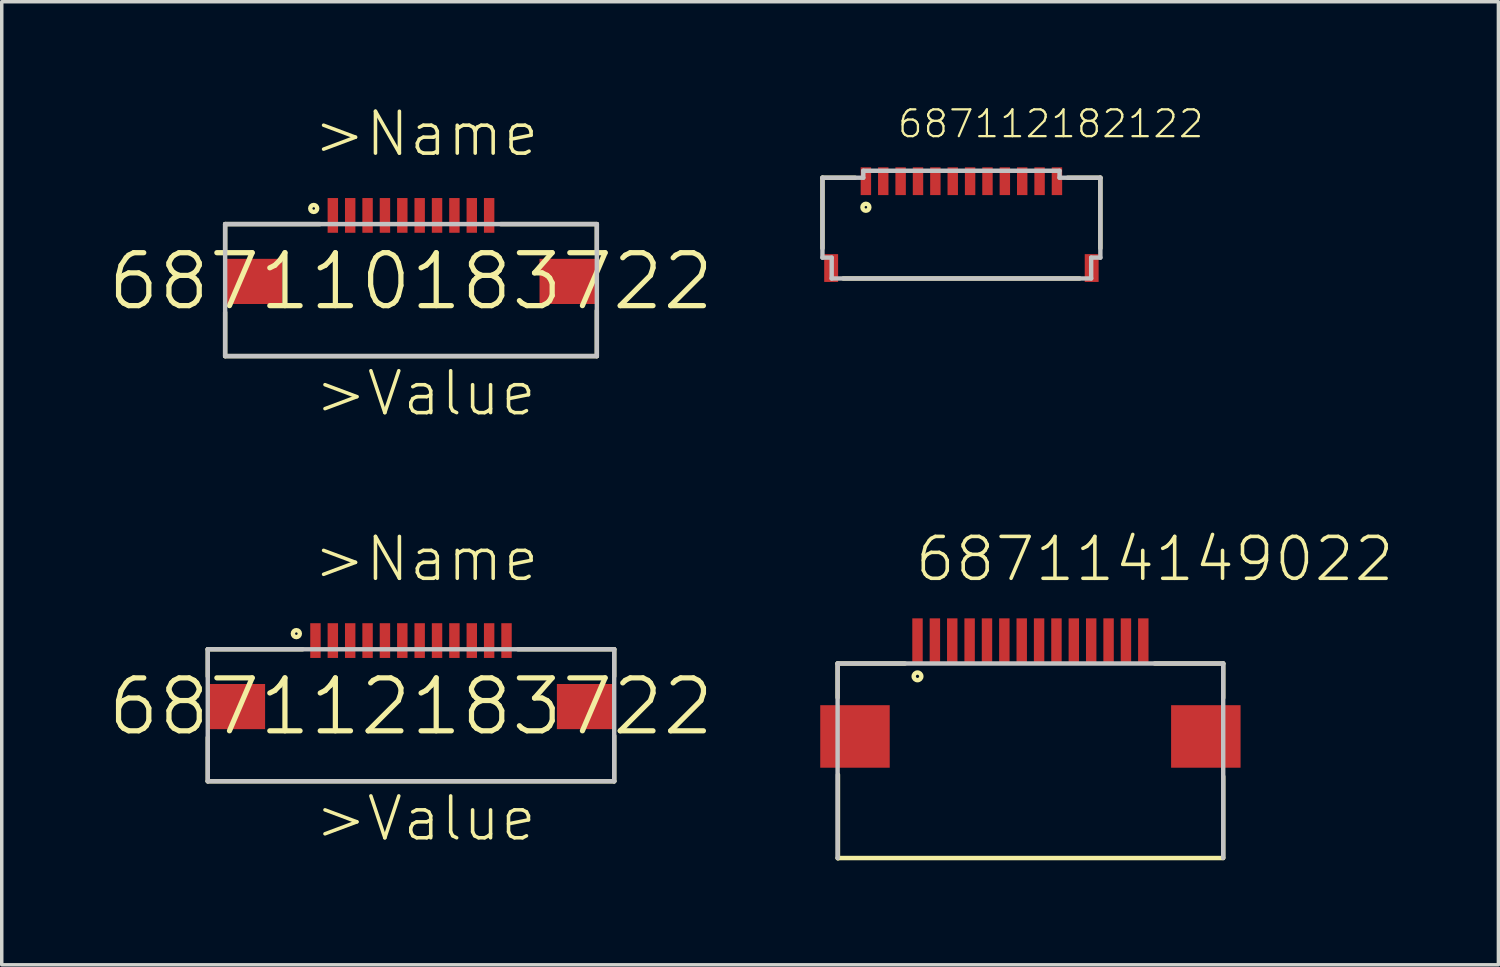
<source format=kicad_pcb>
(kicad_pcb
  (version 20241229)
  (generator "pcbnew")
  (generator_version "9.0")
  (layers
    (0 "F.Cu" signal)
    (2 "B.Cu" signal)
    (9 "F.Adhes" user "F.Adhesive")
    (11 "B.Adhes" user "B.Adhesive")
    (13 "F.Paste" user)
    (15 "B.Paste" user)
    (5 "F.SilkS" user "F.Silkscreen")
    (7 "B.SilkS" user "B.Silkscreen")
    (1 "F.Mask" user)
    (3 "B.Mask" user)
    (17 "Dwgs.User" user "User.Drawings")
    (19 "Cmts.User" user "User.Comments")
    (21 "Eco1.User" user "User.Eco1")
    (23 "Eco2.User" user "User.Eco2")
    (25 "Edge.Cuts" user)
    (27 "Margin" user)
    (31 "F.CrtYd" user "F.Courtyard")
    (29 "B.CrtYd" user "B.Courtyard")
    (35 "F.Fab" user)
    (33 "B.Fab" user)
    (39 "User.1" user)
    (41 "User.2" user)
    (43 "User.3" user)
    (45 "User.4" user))
  (footprint "687112182122"
    (layer "F.Cu")
    (at 24.626 3.416)
    (property "Reference" "687112182122" (at -1.883 -2.449 0) (layer "F.SilkS") (effects (font (size 0.772 0.772) (thickness 0.065)) (justify left bottom)))
    (attr through_hole)
    (fp_line (start -4 -1.35) (end -4 0.68) (stroke (width 0.127) (type solid)) (layer "F.SilkS"))
    (fp_line (start -3.4 1.55) (end 3.4 1.55) (stroke (width 0.127) (type solid)) (layer "F.SilkS"))
    (fp_line (start -3.06 -1.35) (end -4 -1.35) (stroke (width 0.127) (type solid)) (layer "F.SilkS"))
    (fp_line (start 4 -1.35) (end 3.06 -1.35) (stroke (width 0.127) (type solid)) (layer "F.SilkS"))
    (fp_line (start 4 -1.35) (end 4 0.68) (stroke (width 0.127) (type solid)) (layer "F.SilkS"))
    (fp_circle (center -2.75 -0.5) (end -2.65 -0.5) (stroke (width 0.127) (type solid)) (fill no) (layer "F.SilkS"))
    (fp_line (start -4 -1.35) (end -4 0.95) (stroke (width 0.127) (type solid)) (layer "Dwgs.User"))
    (fp_line (start -4 -1.35) (end -2.825 -1.35) (stroke (width 0.127) (type solid)) (layer "Dwgs.User"))
    (fp_line (start -4 0.95) (end -3.735 0.95) (stroke (width 0.127) (type solid)) (layer "Dwgs.User"))
    (fp_line (start -3.735 1.55) (end -3.735 0.95) (stroke (width 0.127) (type solid)) (layer "Dwgs.User"))
    (fp_line (start -3.735 1.55) (end 3.735 1.55) (stroke (width 0.127) (type solid)) (layer "Dwgs.User"))
    (fp_line (start -2.825 -1.55) (end -2.825 -1.35) (stroke (width 0.127) (type solid)) (layer "Dwgs.User"))
    (fp_line (start -2.825 -1.55) (end 2.825 -1.55) (stroke (width 0.127) (type solid)) (layer "Dwgs.User"))
    (fp_line (start 2.825 -1.55) (end 2.825 -1.35) (stroke (width 0.127) (type solid)) (layer "Dwgs.User"))
    (fp_line (start 2.825 -1.35) (end 4 -1.35) (stroke (width 0.127) (type solid)) (layer "Dwgs.User"))
    (fp_line (start 3.735 0.95) (end 4 0.95) (stroke (width 0.127) (type solid)) (layer "Dwgs.User"))
    (fp_line (start 3.735 1.55) (end 3.735 0.95) (stroke (width 0.127) (type solid)) (layer "Dwgs.User"))
    (fp_line (start 4 -1.35) (end 4 0.95) (stroke (width 0.127) (type solid)) (layer "Dwgs.User"))
    (pad "1" smd rect (at -2.75 -1.25 90) (size 0.8 0.3) (layers "F.Cu" "F.Mask" "F.Paste"))
    (pad "2" smd rect (at -2.25 -1.25 90) (size 0.8 0.3) (layers "F.Cu" "F.Mask" "F.Paste"))
    (pad "3" smd rect (at -1.75 -1.25 90) (size 0.8 0.3) (layers "F.Cu" "F.Mask" "F.Paste"))
    (pad "4" smd rect (at -1.25 -1.25 90) (size 0.8 0.3) (layers "F.Cu" "F.Mask" "F.Paste"))
    (pad "5" smd rect (at -0.75 -1.25 90) (size 0.8 0.3) (layers "F.Cu" "F.Mask" "F.Paste"))
    (pad "6" smd rect (at -0.25 -1.25 90) (size 0.8 0.3) (layers "F.Cu" "F.Mask" "F.Paste"))
    (pad "7" smd rect (at 0.25 -1.25 90) (size 0.8 0.3) (layers "F.Cu" "F.Mask" "F.Paste"))
    (pad "8" smd rect (at 0.75 -1.25 90) (size 0.8 0.3) (layers "F.Cu" "F.Mask" "F.Paste"))
    (pad "9" smd rect (at 1.25 -1.25 90) (size 0.8 0.3) (layers "F.Cu" "F.Mask" "F.Paste"))
    (pad "10" smd rect (at 1.75 -1.25 90) (size 0.8 0.3) (layers "F.Cu" "F.Mask" "F.Paste"))
    (pad "11" smd rect (at 2.25 -1.25 90) (size 0.8 0.3) (layers "F.Cu" "F.Mask" "F.Paste"))
    (pad "12" smd rect (at 2.75 -1.25 90) (size 0.8 0.3) (layers "F.Cu" "F.Mask" "F.Paste"))
    (pad "Z1" smd rect (at -3.75 1.25 90) (size 0.8 0.4) (layers "F.Cu" "F.Mask" "F.Paste"))
    (pad "Z2" smd rect (at 3.75 1.25 90) (size 0.8 0.4) (layers "F.Cu" "F.Mask" "F.Paste")))
  (footprint "687114149022"
    (layer "F.Cu")
    (at 26.612 15.4)
    (property "Reference" "687114149022" (at -3.38 -1.65 0) (layer "F.SilkS") (effects (font (size 1.206 1.206) (thickness 0.102)) (justify left bottom)))
    (attr through_hole)
    (fp_line (start -5.55 0.65) (end -5.55 1.63) (stroke (width 0.127) (type solid)) (layer "F.SilkS"))
    (fp_line (start -5.54 3.85) (end -5.54 6.26) (stroke (width 0.127) (type solid)) (layer "F.SilkS"))
    (fp_line (start -3.61 0.65) (end -5.55 0.65) (stroke (width 0.127) (type solid)) (layer "F.SilkS"))
    (fp_line (start 3.58 0.65) (end 5.55 0.65) (stroke (width 0.127) (type solid)) (layer "F.SilkS"))
    (fp_line (start 5.55 0.65) (end 5.55 1.64) (stroke (width 0.127) (type solid)) (layer "F.SilkS"))
    (fp_line (start 5.55 3.9) (end 5.55 6.23) (stroke (width 0.127) (type solid)) (layer "F.SilkS"))
    (fp_line (start 5.55 6.25) (end -5.55 6.25) (stroke (width 0.127) (type solid)) (layer "F.SilkS"))
    (fp_circle (center -3.25 1.02) (end -3.14 1.02) (stroke (width 0.127) (type solid)) (fill no) (layer "F.SilkS"))
    (fp_line (start -5.55 0.65) (end 5.55 0.65) (stroke (width 0.127) (type solid)) (layer "Dwgs.User"))
    (fp_line (start -5.55 6.25) (end -5.55 0.65) (stroke (width 0.127) (type solid)) (layer "Dwgs.User"))
    (fp_line (start 5.55 0.65) (end 5.55 6.25) (stroke (width 0.127) (type solid)) (layer "Dwgs.User"))
    (pad "1" smd rect (at -3.25 0) (size 0.3 1.3) (layers "F.Cu" "F.Mask" "F.Paste"))
    (pad "2" smd rect (at -2.75 0) (size 0.3 1.3) (layers "F.Cu" "F.Mask" "F.Paste"))
    (pad "3" smd rect (at -2.25 0) (size 0.3 1.3) (layers "F.Cu" "F.Mask" "F.Paste"))
    (pad "4" smd rect (at -1.75 0) (size 0.3 1.3) (layers "F.Cu" "F.Mask" "F.Paste"))
    (pad "5" smd rect (at -1.25 0) (size 0.3 1.3) (layers "F.Cu" "F.Mask" "F.Paste"))
    (pad "6" smd rect (at -0.75 0) (size 0.3 1.3) (layers "F.Cu" "F.Mask" "F.Paste"))
    (pad "7" smd rect (at -0.25 0) (size 0.3 1.3) (layers "F.Cu" "F.Mask" "F.Paste"))
    (pad "8" smd rect (at 0.25 0) (size 0.3 1.3) (layers "F.Cu" "F.Mask" "F.Paste"))
    (pad "9" smd rect (at 0.75 0) (size 0.3 1.3) (layers "F.Cu" "F.Mask" "F.Paste"))
    (pad "10" smd rect (at 1.25 0) (size 0.3 1.3) (layers "F.Cu" "F.Mask" "F.Paste"))
    (pad "11" smd rect (at 1.75 0) (size 0.3 1.3) (layers "F.Cu" "F.Mask" "F.Paste"))
    (pad "12" smd rect (at 2.25 0) (size 0.3 1.3) (layers "F.Cu" "F.Mask" "F.Paste"))
    (pad "13" smd rect (at 2.75 0) (size 0.3 1.3) (layers "F.Cu" "F.Mask" "F.Paste"))
    (pad "14" smd rect (at 3.25 0) (size 0.3 1.3) (layers "F.Cu" "F.Mask" "F.Paste"))
    (pad "Z1" smd rect (at -5.05 2.75) (size 2 1.8) (layers "F.Cu" "F.Mask" "F.Paste"))
    (pad "Z2" smd rect (at 5.05 2.75) (size 2 1.8) (layers "F.Cu" "F.Mask" "F.Paste")))
  (footprint "687110183722"
    (layer "F.Cu")
    (at 8.781 5.051)
    (property "Reference" "687110183722" (at 0 0 0) (layer "F.SilkS") (effects (font (size 1.524 1.524) (thickness 0.15))))
    (attr through_hole)
    (fp_line (start -5.35 -1.65) (end -5.35 -0.87) (stroke (width 0.127) (type solid)) (layer "F.SilkS"))
    (fp_line (start -5.35 0.89) (end -5.35 2.15) (stroke (width 0.127) (type solid)) (layer "F.SilkS"))
    (fp_line (start -5.35 2.15) (end 5.35 2.15) (stroke (width 0.127) (type solid)) (layer "F.SilkS"))
    (fp_line (start -2.62 -1.65) (end -5.35 -1.65) (stroke (width 0.127) (type solid)) (layer "F.SilkS"))
    (fp_line (start 2.58 -1.65) (end 5.35 -1.65) (stroke (width 0.127) (type solid)) (layer "F.SilkS"))
    (fp_line (start 5.35 -1.65) (end 5.35 -0.87) (stroke (width 0.127) (type solid)) (layer "F.SilkS"))
    (fp_line (start 5.35 2.15) (end 5.35 0.84) (stroke (width 0.127) (type solid)) (layer "F.SilkS"))
    (fp_circle (center -2.8 -2.1) (end -2.7 -2.1) (stroke (width 0.127) (type solid)) (fill no) (layer "F.SilkS"))
    (fp_line (start -5.35 -1.65) (end 5.35 -1.65) (stroke (width 0.127) (type solid)) (layer "Dwgs.User"))
    (fp_line (start -5.35 2.15) (end -5.35 -1.65) (stroke (width 0.127) (type solid)) (layer "Dwgs.User"))
    (fp_line (start 5.35 -1.65) (end 5.35 2.15) (stroke (width 0.127) (type solid)) (layer "Dwgs.User"))
    (fp_line (start 5.35 2.15) (end -5.35 2.15) (stroke (width 0.127) (type solid)) (layer "Dwgs.User"))
    (fp_text user ">Value" (at -2.83 3.93 0) (layer "F.SilkS") (effects (font (size 1.206 1.206) (thickness 0.102)) (justify left bottom)))
    (fp_text user ">Name" (at -2.87 -3.54 0) (layer "F.SilkS") (effects (font (size 1.206 1.206) (thickness 0.102)) (justify left bottom)))
    (pad "1" smd rect (at -2.25 -1.9 90) (size 1 0.3) (layers "F.Cu" "F.Mask" "F.Paste"))
    (pad "2" smd rect (at -1.75 -1.9 90) (size 1 0.3) (layers "F.Cu" "F.Mask" "F.Paste"))
    (pad "3" smd rect (at -1.25 -1.9 90) (size 1 0.3) (layers "F.Cu" "F.Mask" "F.Paste"))
    (pad "4" smd rect (at -0.75 -1.9 90) (size 1 0.3) (layers "F.Cu" "F.Mask" "F.Paste"))
    (pad "5" smd rect (at -0.25 -1.9 90) (size 1 0.3) (layers "F.Cu" "F.Mask" "F.Paste"))
    (pad "6" smd rect (at 0.25 -1.9 90) (size 1 0.3) (layers "F.Cu" "F.Mask" "F.Paste"))
    (pad "7" smd rect (at 0.75 -1.9 90) (size 1 0.3) (layers "F.Cu" "F.Mask" "F.Paste"))
    (pad "8" smd rect (at 1.25 -1.9 90) (size 1 0.3) (layers "F.Cu" "F.Mask" "F.Paste"))
    (pad "9" smd rect (at 1.75 -1.9 90) (size 1 0.3) (layers "F.Cu" "F.Mask" "F.Paste"))
    (pad "10" smd rect (at 2.25 -1.9 90) (size 1 0.3) (layers "F.Cu" "F.Mask" "F.Paste"))
    (pad "Z1" smd rect (at -4.525 0) (size 1.65 1.3) (layers "F.Cu" "F.Mask" "F.Paste"))
    (pad "Z2" smd rect (at 4.525 0) (size 1.65 1.3) (layers "F.Cu" "F.Mask" "F.Paste")))
  (footprint "687112183722"
    (layer "F.Cu")
    (at 8.781 17.29)
    (property "Reference" "687112183722" (at 0 0 0) (layer "F.SilkS") (effects (font (size 1.524 1.524) (thickness 0.15))))
    (attr through_hole)
    (fp_line (start -5.85 -1.65) (end -5.85 -0.87) (stroke (width 0.127) (type solid)) (layer "F.SilkS"))
    (fp_line (start -5.85 0.89) (end -5.85 2.15) (stroke (width 0.127) (type solid)) (layer "F.SilkS"))
    (fp_line (start -5.85 2.15) (end 5.85 2.15) (stroke (width 0.127) (type solid)) (layer "F.SilkS"))
    (fp_line (start -3.12 -1.65) (end -5.85 -1.65) (stroke (width 0.127) (type solid)) (layer "F.SilkS"))
    (fp_line (start 3.08 -1.65) (end 5.85 -1.65) (stroke (width 0.127) (type solid)) (layer "F.SilkS"))
    (fp_line (start 5.85 -1.65) (end 5.85 -0.87) (stroke (width 0.127) (type solid)) (layer "F.SilkS"))
    (fp_line (start 5.85 2.15) (end 5.85 0.84) (stroke (width 0.127) (type solid)) (layer "F.SilkS"))
    (fp_circle (center -3.3 -2.1) (end -3.2 -2.1) (stroke (width 0.127) (type solid)) (fill no) (layer "F.SilkS"))
    (fp_line (start -5.85 -1.65) (end 5.85 -1.65) (stroke (width 0.127) (type solid)) (layer "Dwgs.User"))
    (fp_line (start -5.85 2.15) (end -5.85 -1.65) (stroke (width 0.127) (type solid)) (layer "Dwgs.User"))
    (fp_line (start 5.85 -1.65) (end 5.85 2.15) (stroke (width 0.127) (type solid)) (layer "Dwgs.User"))
    (fp_line (start 5.85 2.15) (end -5.85 2.15) (stroke (width 0.127) (type solid)) (layer "Dwgs.User"))
    (fp_text user ">Value" (at -2.83 3.93 0) (layer "F.SilkS") (effects (font (size 1.206 1.206) (thickness 0.102)) (justify left bottom)))
    (fp_text user ">Name" (at -2.87 -3.54 0) (layer "F.SilkS") (effects (font (size 1.206 1.206) (thickness 0.102)) (justify left bottom)))
    (pad "1" smd rect (at -2.75 -1.9 90) (size 1 0.3) (layers "F.Cu" "F.Mask" "F.Paste"))
    (pad "2" smd rect (at -2.25 -1.9 90) (size 1 0.3) (layers "F.Cu" "F.Mask" "F.Paste"))
    (pad "3" smd rect (at -1.75 -1.9 90) (size 1 0.3) (layers "F.Cu" "F.Mask" "F.Paste"))
    (pad "4" smd rect (at -1.25 -1.9 90) (size 1 0.3) (layers "F.Cu" "F.Mask" "F.Paste"))
    (pad "5" smd rect (at -0.75 -1.9 90) (size 1 0.3) (layers "F.Cu" "F.Mask" "F.Paste"))
    (pad "6" smd rect (at -0.25 -1.9 90) (size 1 0.3) (layers "F.Cu" "F.Mask" "F.Paste"))
    (pad "7" smd rect (at 0.25 -1.9 90) (size 1 0.3) (layers "F.Cu" "F.Mask" "F.Paste"))
    (pad "8" smd rect (at 0.75 -1.9 90) (size 1 0.3) (layers "F.Cu" "F.Mask" "F.Paste"))
    (pad "9" smd rect (at 1.25 -1.9 90) (size 1 0.3) (layers "F.Cu" "F.Mask" "F.Paste"))
    (pad "10" smd rect (at 1.75 -1.9 90) (size 1 0.3) (layers "F.Cu" "F.Mask" "F.Paste"))
    (pad "11" smd rect (at 2.25 -1.9 90) (size 1 0.3) (layers "F.Cu" "F.Mask" "F.Paste"))
    (pad "12" smd rect (at 2.75 -1.9 90) (size 1 0.3) (layers "F.Cu" "F.Mask" "F.Paste"))
    (pad "Z1" smd rect (at -5.025 0) (size 1.65 1.3) (layers "F.Cu" "F.Mask" "F.Paste"))
    (pad "Z2" smd rect (at 5.025 0) (size 1.65 1.3) (layers "F.Cu" "F.Mask" "F.Paste")))
  (gr_rect
    (start -3 -3)
    (end 40.084 24.723)
    (stroke (width 0.1) (type default))
    (fill no)
    (layer "Edge.Cuts")))
</source>
